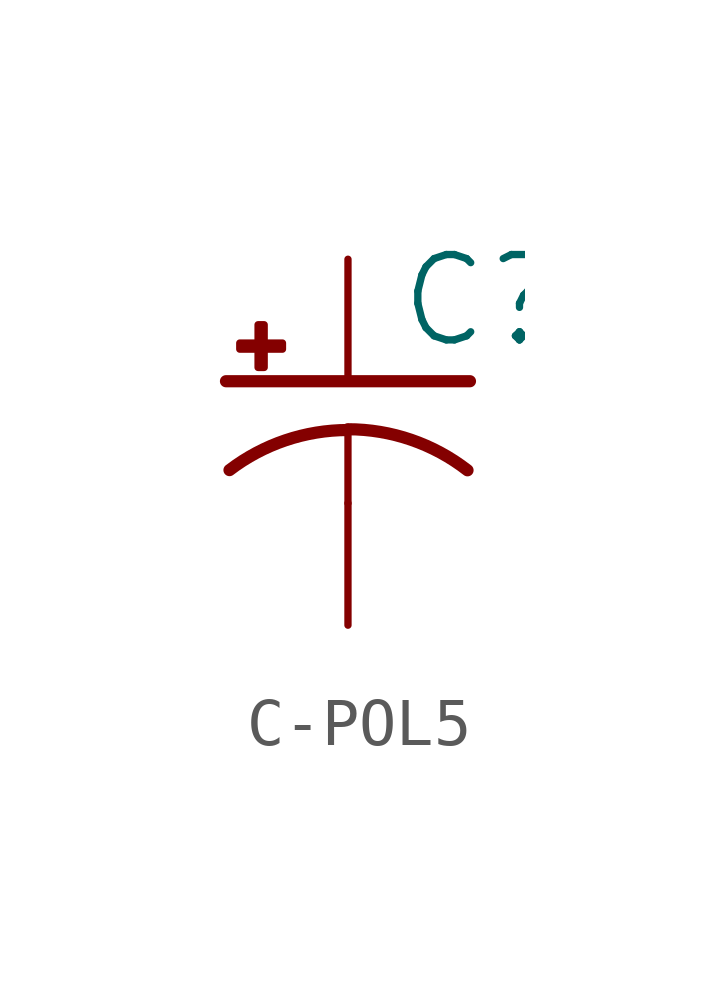
<source format=kicad_sym>
(kicad_symbol_lib
  (version 20231120)
  (generator "kicad_symbol_editor")
  (generator_version "8.0")
  (symbol "C-POL5"
    (property "Reference" "C"
      (at 1.016 0.635 0)
      (effects (font (size 1.778 1.778)) (justify left bottom)))
    (property "Value" ""
      (at 1.016 -4.191 0)
      (effects (font (size 1.778 1.778)) (justify left bottom)))
    (property "ki_locked" ""
      (at 0 0 0)
      (effects (font (size 1.27 1.27))))
    (symbol "C-POL5_1_0"
      (rectangle (start -2.253 0.668) (end -1.364 0.795) (stroke (width 0) (type default)) (fill (type outline)))
      (rectangle (start -1.872 0.287) (end -1.745 1.176) (stroke (width 0) (type default)) (fill (type outline)))
      (arc (start 0 -1.0161) (mid -1.3021 -1.2303) (end -2.4669 -1.8504) (stroke (width 0.254) (type solid)) (fill (type none)))
      (polyline (pts (xy -2.54 0) (xy 2.54 0)) (stroke (width 0.254) (type solid)) (fill (type none)))
      (polyline (pts (xy 0 -1.016) (xy 0 -2.54)) (stroke (width 0.152) (type solid)) (fill (type none)))
      (arc (start 2.4892 -1.8541) (mid 1.3158 -1.2194) (end 0 -1) (stroke (width 0.254) (type solid)) (fill (type none)))
      (pin passive line (at 0 2.54 270) (length 2.54) (name "+" (effects (font (size 0 0)))) (number "+" (effects (font (size 0 0)))))
      (pin passive line (at 0 -5.08 90) (length 2.54) (name "-" (effects (font (size 0 0)))) (number "-" (effects (font (size 0 0))))))))
</source>
